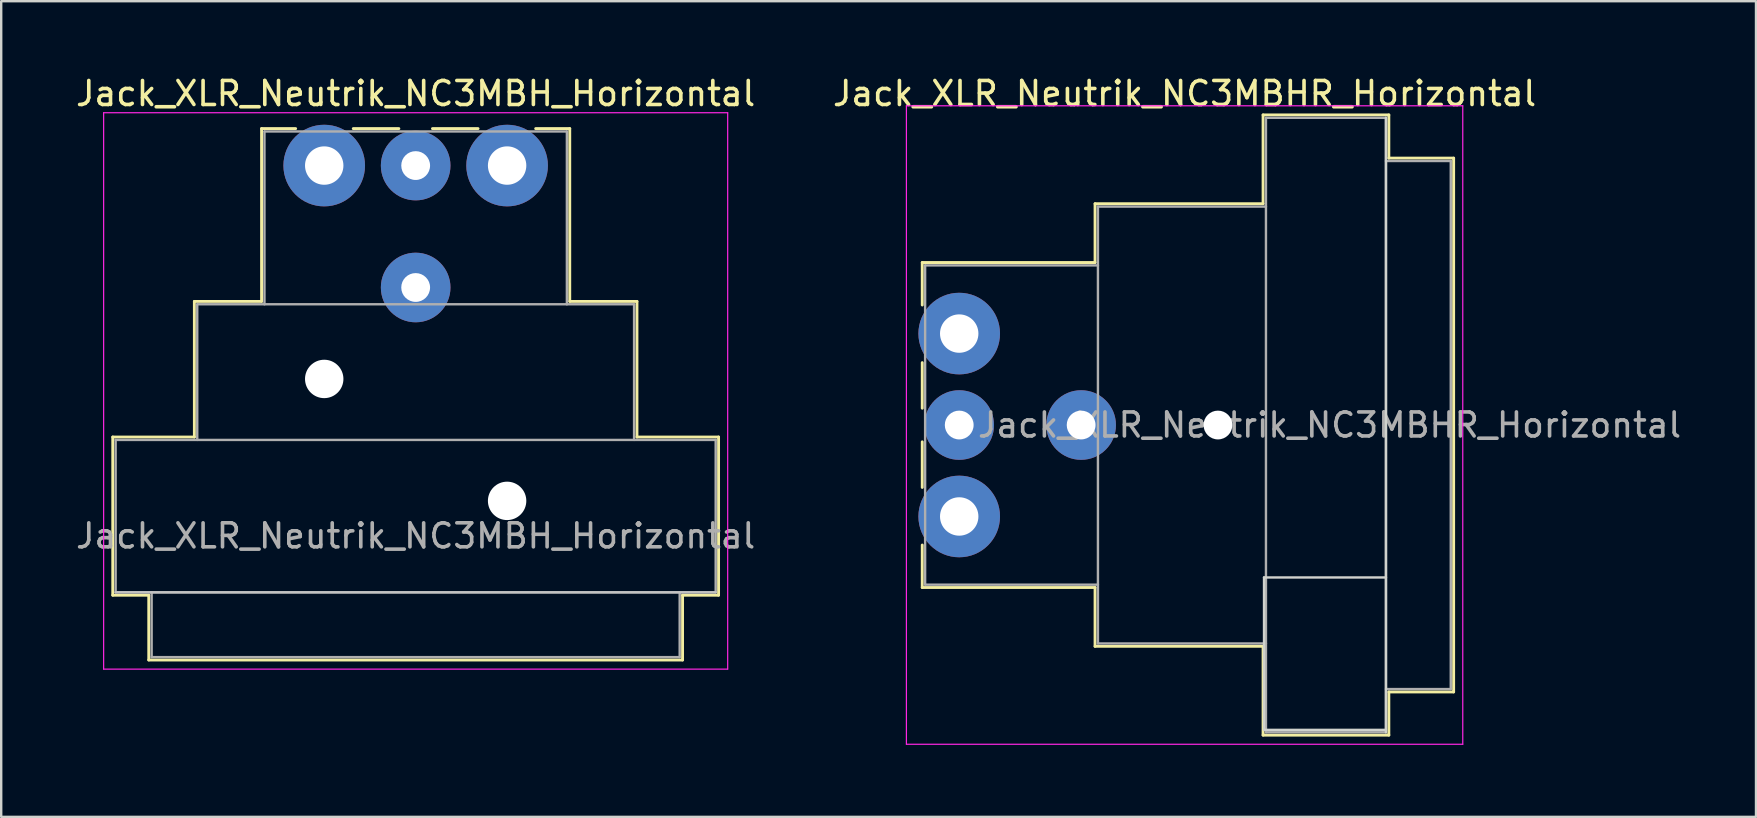
<source format=kicad_pcb>
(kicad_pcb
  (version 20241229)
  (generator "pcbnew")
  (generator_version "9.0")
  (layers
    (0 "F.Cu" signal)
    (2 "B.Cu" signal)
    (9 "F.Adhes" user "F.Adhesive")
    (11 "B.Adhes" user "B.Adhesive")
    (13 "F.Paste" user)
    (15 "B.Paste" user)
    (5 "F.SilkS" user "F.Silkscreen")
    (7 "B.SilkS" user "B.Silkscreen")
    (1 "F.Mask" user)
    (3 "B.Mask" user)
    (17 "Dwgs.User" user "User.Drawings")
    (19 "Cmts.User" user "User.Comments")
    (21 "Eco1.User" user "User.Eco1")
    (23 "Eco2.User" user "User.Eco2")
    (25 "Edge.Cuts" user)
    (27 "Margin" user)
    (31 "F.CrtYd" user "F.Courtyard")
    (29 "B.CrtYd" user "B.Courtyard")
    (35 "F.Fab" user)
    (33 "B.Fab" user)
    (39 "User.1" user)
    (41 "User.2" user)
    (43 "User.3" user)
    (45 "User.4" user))
  (footprint "Jack_XLR_Neutrik_NC3MBH_Horizontal"
    (layer "F.Cu")
    (at 10.458 3.848)
    (property "Reference" "Jack_XLR_Neutrik_NC3MBH_Horizontal" (at 3.81 -3 0) (layer "F.SilkS") (effects (font (size 1 1) (thickness 0.15))))
    (attr through_hole)
    (fp_line (start -8.81 11.31) (end -5.41 11.31) (stroke (width 0.12) (type solid)) (layer "F.SilkS"))
    (fp_line (start -8.81 17.9) (end -8.81 11.31) (stroke (width 0.12) (type solid)) (layer "F.SilkS"))
    (fp_line (start -7.31 17.9) (end -8.81 17.9) (stroke (width 0.12) (type solid)) (layer "F.SilkS"))
    (fp_line (start -7.31 17.9) (end -7.31 20.6) (stroke (width 0.12) (type solid)) (layer "F.SilkS"))
    (fp_line (start -5.41 11.31) (end -5.41 5.66) (stroke (width 0.12) (type solid)) (layer "F.SilkS"))
    (fp_line (start -2.61 5.66) (end -5.41 5.66) (stroke (width 0.12) (type solid)) (layer "F.SilkS"))
    (fp_line (start -2.61 5.66) (end -2.61 -1.54) (stroke (width 0.12) (type solid)) (layer "F.SilkS"))
    (fp_line (start -1.19 -1.54) (end -2.61 -1.54) (stroke (width 0.12) (type solid)) (layer "F.SilkS"))
    (fp_line (start 3.11 -1.54) (end 1.21 -1.54) (stroke (width 0.12) (type solid)) (layer "F.SilkS"))
    (fp_line (start 4.51 -1.54) (end 6.41 -1.54) (stroke (width 0.12) (type solid)) (layer "F.SilkS"))
    (fp_line (start 10.23 -1.54) (end 8.81 -1.54) (stroke (width 0.12) (type solid)) (layer "F.SilkS"))
    (fp_line (start 10.23 5.66) (end 10.23 -1.54) (stroke (width 0.12) (type solid)) (layer "F.SilkS"))
    (fp_line (start 10.23 5.66) (end 13.03 5.66) (stroke (width 0.12) (type solid)) (layer "F.SilkS"))
    (fp_line (start 13.03 11.31) (end 13.03 5.66) (stroke (width 0.12) (type solid)) (layer "F.SilkS"))
    (fp_line (start 13.03 11.31) (end 16.43 11.31) (stroke (width 0.12) (type solid)) (layer "F.SilkS"))
    (fp_line (start 14.93 17.9) (end 14.93 20.6) (stroke (width 0.12) (type solid)) (layer "F.SilkS"))
    (fp_line (start 14.93 20.6) (end -7.31 20.6) (stroke (width 0.12) (type solid)) (layer "F.SilkS"))
    (fp_line (start 16.43 17.9) (end 14.93 17.9) (stroke (width 0.12) (type solid)) (layer "F.SilkS"))
    (fp_line (start 16.43 17.9) (end 16.43 11.31) (stroke (width 0.12) (type solid)) (layer "F.SilkS"))
    (fp_line (start 16.31 17.78) (end -8.69 17.78) (stroke (width 0.1) (type solid)) (layer "Dwgs.User"))
    (fp_line (start -9.19 20.98) (end -9.19 -2.2) (stroke (width 0.05) (type solid)) (layer "F.CrtYd"))
    (fp_line (start 16.81 -2.2) (end -9.19 -2.2) (stroke (width 0.05) (type solid)) (layer "F.CrtYd"))
    (fp_line (start 16.81 20.98) (end -9.19 20.98) (stroke (width 0.05) (type solid)) (layer "F.CrtYd"))
    (fp_line (start 16.81 20.98) (end 16.81 -2.2) (stroke (width 0.05) (type solid)) (layer "F.CrtYd"))
    (fp_line (start -8.69 11.43) (end 16.31 11.43) (stroke (width 0.1) (type solid)) (layer "F.Fab"))
    (fp_line (start -8.69 17.78) (end -8.69 11.43) (stroke (width 0.1) (type solid)) (layer "F.Fab"))
    (fp_line (start -7.19 20.48) (end -7.19 17.78) (stroke (width 0.1) (type solid)) (layer "F.Fab"))
    (fp_line (start -5.29 5.78) (end -5.29 11.43) (stroke (width 0.1) (type solid)) (layer "F.Fab"))
    (fp_line (start -5.29 5.78) (end 12.91 5.78) (stroke (width 0.1) (type solid)) (layer "F.Fab"))
    (fp_line (start -2.49 5.78) (end -2.49 -1.42) (stroke (width 0.1) (type solid)) (layer "F.Fab"))
    (fp_line (start 10.11 -1.42) (end -2.49 -1.42) (stroke (width 0.1) (type solid)) (layer "F.Fab"))
    (fp_line (start 10.11 5.78) (end 10.11 -1.42) (stroke (width 0.1) (type solid)) (layer "F.Fab"))
    (fp_line (start 12.91 11.43) (end 12.91 5.78) (stroke (width 0.1) (type solid)) (layer "F.Fab"))
    (fp_line (start 14.81 17.78) (end 14.81 20.48) (stroke (width 0.1) (type solid)) (layer "F.Fab"))
    (fp_line (start 14.81 20.48) (end -7.19 20.48) (stroke (width 0.1) (type solid)) (layer "F.Fab"))
    (fp_line (start 16.31 11.43) (end 16.31 17.78) (stroke (width 0.1) (type solid)) (layer "F.Fab"))
    (fp_line (start 16.31 17.78) (end -8.69 17.78) (stroke (width 0.1) (type solid)) (layer "F.Fab"))
    (fp_text user "${REFERENCE}" (at 3.81 15.43 0) (layer "F.Fab") (effects (font (size 1 1) (thickness 0.15))))
    (pad "" np_thru_hole circle (at 0 8.89) (size 1.6 1.6) (drill 1.6) (layers "*.Cu" "*.Mask"))
    (pad "" np_thru_hole circle (at 7.62 13.97) (size 1.6 1.6) (drill 1.6) (layers "*.Cu" "*.Mask"))
    (pad "1" thru_hole circle (at 0 0) (size 3.4 3.4) (drill 1.6) (layers "*.Cu" "*.Mask"))
    (pad "2" thru_hole circle (at 7.62 0) (size 3.4 3.4) (drill 1.6) (layers "*.Cu" "*.Mask"))
    (pad "3" thru_hole circle (at 3.81 0) (size 2.9 2.9) (drill 1.2) (layers "*.Cu" "*.Mask"))
    (pad "G" thru_hole circle (at 3.81 5.08) (size 2.9 2.9) (drill 1.2) (layers "*.Cu" "*.Mask")))
  (footprint "Jack_XLR_Neutrik_NC3MBHR_Horizontal"
    (layer "F.Cu")
    (at 36.914 10.848)
    (property "Reference" "Jack_XLR_Neutrik_NC3MBHR_Horizontal" (at 9.39 -10 0) (layer "F.SilkS") (effects (font (size 1 1) (thickness 0.15))))
    (attr through_hole)
    (fp_line (start -1.54 -2.96) (end -1.54 -1.19) (stroke (width 0.12) (type solid)) (layer "F.SilkS"))
    (fp_line (start -1.54 3.11) (end -1.54 1.21) (stroke (width 0.12) (type solid)) (layer "F.SilkS"))
    (fp_line (start -1.54 4.51) (end -1.54 6.41) (stroke (width 0.12) (type solid)) (layer "F.SilkS"))
    (fp_line (start -1.54 8.81) (end -1.54 10.58) (stroke (width 0.12) (type solid)) (layer "F.SilkS"))
    (fp_line (start 5.66 -2.96) (end -1.54 -2.96) (stroke (width 0.12) (type solid)) (layer "F.SilkS"))
    (fp_line (start 5.66 -2.96) (end 5.66 -5.41) (stroke (width 0.12) (type solid)) (layer "F.SilkS"))
    (fp_line (start 5.66 10.58) (end -1.54 10.58) (stroke (width 0.12) (type solid)) (layer "F.SilkS"))
    (fp_line (start 5.66 10.58) (end 5.66 13.03) (stroke (width 0.12) (type solid)) (layer "F.SilkS"))
    (fp_line (start 12.66 -5.41) (end 5.66 -5.41) (stroke (width 0.12) (type solid)) (layer "F.SilkS"))
    (fp_line (start 12.66 -5.41) (end 12.66 -9.11) (stroke (width 0.12) (type solid)) (layer "F.SilkS"))
    (fp_line (start 12.66 13.03) (end 5.66 13.03) (stroke (width 0.12) (type solid)) (layer "F.SilkS"))
    (fp_line (start 12.66 16.73) (end 12.66 13.03) (stroke (width 0.12) (type solid)) (layer "F.SilkS"))
    (fp_line (start 17.9 -9.11) (end 12.66 -9.11) (stroke (width 0.12) (type solid)) (layer "F.SilkS"))
    (fp_line (start 17.9 -9.11) (end 17.9 -7.31) (stroke (width 0.12) (type solid)) (layer "F.SilkS"))
    (fp_line (start 17.9 -7.31) (end 20.6 -7.31) (stroke (width 0.12) (type solid)) (layer "F.SilkS"))
    (fp_line (start 17.9 14.93) (end 17.9 16.73) (stroke (width 0.12) (type solid)) (layer "F.SilkS"))
    (fp_line (start 17.9 14.93) (end 20.6 14.93) (stroke (width 0.12) (type solid)) (layer "F.SilkS"))
    (fp_line (start 17.9 16.73) (end 12.66 16.73) (stroke (width 0.12) (type solid)) (layer "F.SilkS"))
    (fp_line (start 20.6 -7.31) (end 20.6 14.93) (stroke (width 0.12) (type solid)) (layer "F.SilkS"))
    (fp_line (start 12.7 10.16) (end 12.7 16.51) (stroke (width 0.1) (type solid)) (layer "Edge.Cuts"))
    (fp_line (start 12.7 16.51) (end 17.78 16.51) (stroke (width 0.1) (type solid)) (layer "Edge.Cuts"))
    (fp_line (start 17.78 -8.99) (end 17.78 16.61) (stroke (width 0.1) (type solid)) (layer "Edge.Cuts"))
    (fp_line (start 17.78 10.16) (end 12.7 10.16) (stroke (width 0.1) (type solid)) (layer "Edge.Cuts"))
    (fp_line (start -2.2 -9.49) (end -2.2 17.11) (stroke (width 0.05) (type solid)) (layer "F.CrtYd"))
    (fp_line (start 20.98 -9.49) (end -2.2 -9.49) (stroke (width 0.05) (type solid)) (layer "F.CrtYd"))
    (fp_line (start 20.98 -9.49) (end 20.98 17.11) (stroke (width 0.05) (type solid)) (layer "F.CrtYd"))
    (fp_line (start 20.98 17.11) (end -2.2 17.11) (stroke (width 0.05) (type solid)) (layer "F.CrtYd"))
    (fp_line (start -1.42 -2.84) (end -1.42 10.46) (stroke (width 0.1) (type solid)) (layer "F.Fab"))
    (fp_line (start 5.78 -2.84) (end -1.42 -2.84) (stroke (width 0.1) (type solid)) (layer "F.Fab"))
    (fp_line (start 5.78 10.46) (end -1.42 10.46) (stroke (width 0.1) (type solid)) (layer "F.Fab"))
    (fp_line (start 5.78 12.91) (end 5.78 -5.29) (stroke (width 0.1) (type solid)) (layer "F.Fab"))
    (fp_line (start 5.78 12.91) (end 12.78 12.91) (stroke (width 0.1) (type solid)) (layer "F.Fab"))
    (fp_line (start 12.78 -8.99) (end 17.78 -8.99) (stroke (width 0.1) (type solid)) (layer "F.Fab"))
    (fp_line (start 12.78 -5.29) (end 5.78 -5.29) (stroke (width 0.1) (type solid)) (layer "F.Fab"))
    (fp_line (start 12.78 16.61) (end 12.78 -8.99) (stroke (width 0.1) (type solid)) (layer "F.Fab"))
    (fp_line (start 17.78 -8.99) (end 17.78 16.61) (stroke (width 0.1) (type solid)) (layer "F.Fab"))
    (fp_line (start 17.78 -7.19) (end 20.48 -7.19) (stroke (width 0.1) (type solid)) (layer "F.Fab"))
    (fp_line (start 17.78 16.61) (end 12.78 16.61) (stroke (width 0.1) (type solid)) (layer "F.Fab"))
    (fp_line (start 20.48 -7.19) (end 20.48 14.81) (stroke (width 0.1) (type solid)) (layer "F.Fab"))
    (fp_line (start 20.48 14.81) (end 17.78 14.81) (stroke (width 0.1) (type solid)) (layer "F.Fab"))
    (fp_text user "${REFERENCE}" (at 15.43 3.81 0) (layer "F.Fab") (effects (font (size 1 1) (thickness 0.15))))
    (pad "" np_thru_hole circle (at 10.78 3.81) (size 1.2 1.2) (drill 1.2) (layers "*.Cu" "*.Mask"))
    (pad "1" thru_hole circle (at 0 0) (size 3.4 3.4) (drill 1.6) (layers "*.Cu" "*.Mask"))
    (pad "2" thru_hole circle (at 0 3.81) (size 2.9 2.9) (drill 1.2) (layers "*.Cu" "*.Mask"))
    (pad "3" thru_hole circle (at 0 7.62) (size 3.4 3.4) (drill 1.6) (layers "*.Cu" "*.Mask"))
    (pad "G" thru_hole circle (at 5.08 3.81) (size 2.9 2.9) (drill 1.2) (layers "*.Cu" "*.Mask")))
  (gr_rect
    (start -3 -3)
    (end 70.111 30.983)
    (stroke (width 0.1) (type default))
    (fill no)
    (layer "Edge.Cuts")))
</source>
